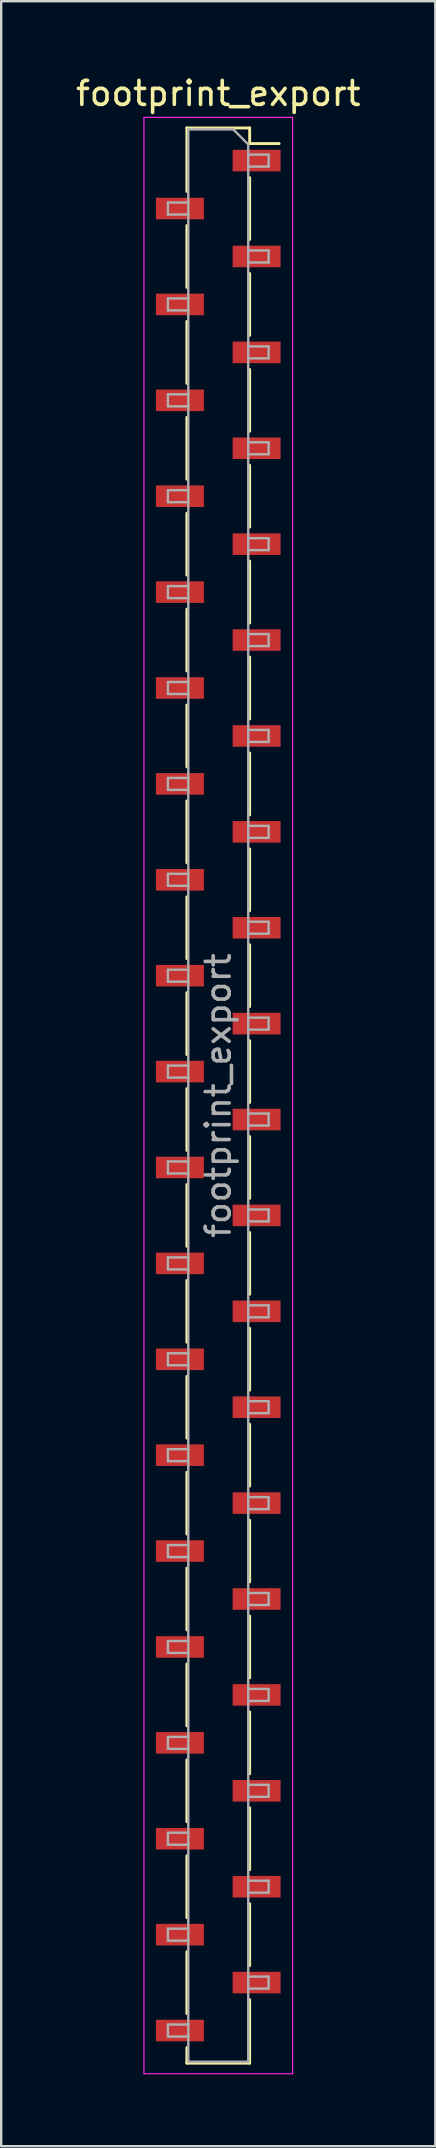
<source format=kicad_pcb>
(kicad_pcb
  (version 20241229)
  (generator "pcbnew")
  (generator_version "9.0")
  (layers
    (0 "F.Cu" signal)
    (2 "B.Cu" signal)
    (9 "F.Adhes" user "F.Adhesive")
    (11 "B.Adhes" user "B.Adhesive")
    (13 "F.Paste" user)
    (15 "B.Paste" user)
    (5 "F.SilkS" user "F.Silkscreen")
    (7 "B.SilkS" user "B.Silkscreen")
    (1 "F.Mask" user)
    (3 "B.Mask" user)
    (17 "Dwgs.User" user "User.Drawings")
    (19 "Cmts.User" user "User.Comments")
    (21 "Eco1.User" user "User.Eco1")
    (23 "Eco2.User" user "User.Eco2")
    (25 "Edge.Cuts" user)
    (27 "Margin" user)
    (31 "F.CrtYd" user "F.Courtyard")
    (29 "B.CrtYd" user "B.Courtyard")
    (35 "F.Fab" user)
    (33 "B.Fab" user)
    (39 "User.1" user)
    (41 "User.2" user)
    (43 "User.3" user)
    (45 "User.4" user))
  (footprint "footprint_export"
    (layer "F.Cu")
    (at 6.054 42.648)
    (property "Reference" "footprint_export" (at 0 -41.8 0) (layer "F.SilkS") (effects (font (size 1 1) (thickness 0.15))))
    (attr smd)
    (fp_line (start -1.31 -40.36) (end -1.31 -37.71) (stroke (width 0.12) (type solid)) (layer "F.SilkS"))
    (fp_line (start -1.31 -40.36) (end 1.31 -40.36) (stroke (width 0.12) (type solid)) (layer "F.SilkS"))
    (fp_line (start -1.31 -36.29) (end -1.31 -33.71) (stroke (width 0.12) (type solid)) (layer "F.SilkS"))
    (fp_line (start -1.31 -32.29) (end -1.31 -29.71) (stroke (width 0.12) (type solid)) (layer "F.SilkS"))
    (fp_line (start -1.31 -28.29) (end -1.31 -25.71) (stroke (width 0.12) (type solid)) (layer "F.SilkS"))
    (fp_line (start -1.31 -24.29) (end -1.31 -21.71) (stroke (width 0.12) (type solid)) (layer "F.SilkS"))
    (fp_line (start -1.31 -20.29) (end -1.31 -17.71) (stroke (width 0.12) (type solid)) (layer "F.SilkS"))
    (fp_line (start -1.31 -16.29) (end -1.31 -13.71) (stroke (width 0.12) (type solid)) (layer "F.SilkS"))
    (fp_line (start -1.31 -12.29) (end -1.31 -9.71) (stroke (width 0.12) (type solid)) (layer "F.SilkS"))
    (fp_line (start -1.31 -8.29) (end -1.31 -5.71) (stroke (width 0.12) (type solid)) (layer "F.SilkS"))
    (fp_line (start -1.31 -4.29) (end -1.31 -1.71) (stroke (width 0.12) (type solid)) (layer "F.SilkS"))
    (fp_line (start -1.31 -0.29) (end -1.31 2.29) (stroke (width 0.12) (type solid)) (layer "F.SilkS"))
    (fp_line (start -1.31 3.71) (end -1.31 6.29) (stroke (width 0.12) (type solid)) (layer "F.SilkS"))
    (fp_line (start -1.31 7.71) (end -1.31 10.29) (stroke (width 0.12) (type solid)) (layer "F.SilkS"))
    (fp_line (start -1.31 11.71) (end -1.31 14.29) (stroke (width 0.12) (type solid)) (layer "F.SilkS"))
    (fp_line (start -1.31 15.71) (end -1.31 18.29) (stroke (width 0.12) (type solid)) (layer "F.SilkS"))
    (fp_line (start -1.31 19.71) (end -1.31 22.29) (stroke (width 0.12) (type solid)) (layer "F.SilkS"))
    (fp_line (start -1.31 23.71) (end -1.31 26.29) (stroke (width 0.12) (type solid)) (layer "F.SilkS"))
    (fp_line (start -1.31 27.71) (end -1.31 30.29) (stroke (width 0.12) (type solid)) (layer "F.SilkS"))
    (fp_line (start -1.31 31.71) (end -1.31 34.29) (stroke (width 0.12) (type solid)) (layer "F.SilkS"))
    (fp_line (start -1.31 35.71) (end -1.31 38.29) (stroke (width 0.12) (type solid)) (layer "F.SilkS"))
    (fp_line (start -1.31 39.71) (end -1.31 40.36) (stroke (width 0.12) (type solid)) (layer "F.SilkS"))
    (fp_line (start -1.31 40.36) (end 1.31 40.36) (stroke (width 0.12) (type solid)) (layer "F.SilkS"))
    (fp_line (start 1.31 -40.36) (end 1.31 -39.71) (stroke (width 0.12) (type solid)) (layer "F.SilkS"))
    (fp_line (start 1.31 -39.71) (end 2.54 -39.71) (stroke (width 0.12) (type solid)) (layer "F.SilkS"))
    (fp_line (start 1.31 -38.29) (end 1.31 -35.71) (stroke (width 0.12) (type solid)) (layer "F.SilkS"))
    (fp_line (start 1.31 -34.29) (end 1.31 -31.71) (stroke (width 0.12) (type solid)) (layer "F.SilkS"))
    (fp_line (start 1.31 -30.29) (end 1.31 -27.71) (stroke (width 0.12) (type solid)) (layer "F.SilkS"))
    (fp_line (start 1.31 -26.29) (end 1.31 -23.71) (stroke (width 0.12) (type solid)) (layer "F.SilkS"))
    (fp_line (start 1.31 -22.29) (end 1.31 -19.71) (stroke (width 0.12) (type solid)) (layer "F.SilkS"))
    (fp_line (start 1.31 -18.29) (end 1.31 -15.71) (stroke (width 0.12) (type solid)) (layer "F.SilkS"))
    (fp_line (start 1.31 -14.29) (end 1.31 -11.71) (stroke (width 0.12) (type solid)) (layer "F.SilkS"))
    (fp_line (start 1.31 -10.29) (end 1.31 -7.71) (stroke (width 0.12) (type solid)) (layer "F.SilkS"))
    (fp_line (start 1.31 -6.29) (end 1.31 -3.71) (stroke (width 0.12) (type solid)) (layer "F.SilkS"))
    (fp_line (start 1.31 -2.29) (end 1.31 0.29) (stroke (width 0.12) (type solid)) (layer "F.SilkS"))
    (fp_line (start 1.31 1.71) (end 1.31 4.29) (stroke (width 0.12) (type solid)) (layer "F.SilkS"))
    (fp_line (start 1.31 5.71) (end 1.31 8.29) (stroke (width 0.12) (type solid)) (layer "F.SilkS"))
    (fp_line (start 1.31 9.71) (end 1.31 12.29) (stroke (width 0.12) (type solid)) (layer "F.SilkS"))
    (fp_line (start 1.31 13.71) (end 1.31 16.29) (stroke (width 0.12) (type solid)) (layer "F.SilkS"))
    (fp_line (start 1.31 17.71) (end 1.31 20.29) (stroke (width 0.12) (type solid)) (layer "F.SilkS"))
    (fp_line (start 1.31 21.71) (end 1.31 24.29) (stroke (width 0.12) (type solid)) (layer "F.SilkS"))
    (fp_line (start 1.31 25.71) (end 1.31 28.29) (stroke (width 0.12) (type solid)) (layer "F.SilkS"))
    (fp_line (start 1.31 29.71) (end 1.31 32.29) (stroke (width 0.12) (type solid)) (layer "F.SilkS"))
    (fp_line (start 1.31 33.71) (end 1.31 36.29) (stroke (width 0.12) (type solid)) (layer "F.SilkS"))
    (fp_line (start 1.31 37.71) (end 1.31 40.36) (stroke (width 0.12) (type solid)) (layer "F.SilkS"))
    (fp_line (start -3.1 -40.8) (end 3.1 -40.8) (stroke (width 0.05) (type solid)) (layer "F.CrtYd"))
    (fp_line (start -3.1 40.8) (end -3.1 -40.8) (stroke (width 0.05) (type solid)) (layer "F.CrtYd"))
    (fp_line (start 3.1 -40.8) (end 3.1 40.8) (stroke (width 0.05) (type solid)) (layer "F.CrtYd"))
    (fp_line (start 3.1 40.8) (end -3.1 40.8) (stroke (width 0.05) (type solid)) (layer "F.CrtYd"))
    (fp_line (start -2.1 -37.25) (end -1.25 -37.25) (stroke (width 0.1) (type solid)) (layer "F.Fab"))
    (fp_line (start -2.1 -36.75) (end -2.1 -37.25) (stroke (width 0.1) (type solid)) (layer "F.Fab"))
    (fp_line (start -2.1 -33.25) (end -1.25 -33.25) (stroke (width 0.1) (type solid)) (layer "F.Fab"))
    (fp_line (start -2.1 -32.75) (end -2.1 -33.25) (stroke (width 0.1) (type solid)) (layer "F.Fab"))
    (fp_line (start -2.1 -29.25) (end -1.25 -29.25) (stroke (width 0.1) (type solid)) (layer "F.Fab"))
    (fp_line (start -2.1 -28.75) (end -2.1 -29.25) (stroke (width 0.1) (type solid)) (layer "F.Fab"))
    (fp_line (start -2.1 -25.25) (end -1.25 -25.25) (stroke (width 0.1) (type solid)) (layer "F.Fab"))
    (fp_line (start -2.1 -24.75) (end -2.1 -25.25) (stroke (width 0.1) (type solid)) (layer "F.Fab"))
    (fp_line (start -2.1 -21.25) (end -1.25 -21.25) (stroke (width 0.1) (type solid)) (layer "F.Fab"))
    (fp_line (start -2.1 -20.75) (end -2.1 -21.25) (stroke (width 0.1) (type solid)) (layer "F.Fab"))
    (fp_line (start -2.1 -17.25) (end -1.25 -17.25) (stroke (width 0.1) (type solid)) (layer "F.Fab"))
    (fp_line (start -2.1 -16.75) (end -2.1 -17.25) (stroke (width 0.1) (type solid)) (layer "F.Fab"))
    (fp_line (start -2.1 -13.25) (end -1.25 -13.25) (stroke (width 0.1) (type solid)) (layer "F.Fab"))
    (fp_line (start -2.1 -12.75) (end -2.1 -13.25) (stroke (width 0.1) (type solid)) (layer "F.Fab"))
    (fp_line (start -2.1 -9.25) (end -1.25 -9.25) (stroke (width 0.1) (type solid)) (layer "F.Fab"))
    (fp_line (start -2.1 -8.75) (end -2.1 -9.25) (stroke (width 0.1) (type solid)) (layer "F.Fab"))
    (fp_line (start -2.1 -5.25) (end -1.25 -5.25) (stroke (width 0.1) (type solid)) (layer "F.Fab"))
    (fp_line (start -2.1 -4.75) (end -2.1 -5.25) (stroke (width 0.1) (type solid)) (layer "F.Fab"))
    (fp_line (start -2.1 -1.25) (end -1.25 -1.25) (stroke (width 0.1) (type solid)) (layer "F.Fab"))
    (fp_line (start -2.1 -0.75) (end -2.1 -1.25) (stroke (width 0.1) (type solid)) (layer "F.Fab"))
    (fp_line (start -2.1 2.75) (end -1.25 2.75) (stroke (width 0.1) (type solid)) (layer "F.Fab"))
    (fp_line (start -2.1 3.25) (end -2.1 2.75) (stroke (width 0.1) (type solid)) (layer "F.Fab"))
    (fp_line (start -2.1 6.75) (end -1.25 6.75) (stroke (width 0.1) (type solid)) (layer "F.Fab"))
    (fp_line (start -2.1 7.25) (end -2.1 6.75) (stroke (width 0.1) (type solid)) (layer "F.Fab"))
    (fp_line (start -2.1 10.75) (end -1.25 10.75) (stroke (width 0.1) (type solid)) (layer "F.Fab"))
    (fp_line (start -2.1 11.25) (end -2.1 10.75) (stroke (width 0.1) (type solid)) (layer "F.Fab"))
    (fp_line (start -2.1 14.75) (end -1.25 14.75) (stroke (width 0.1) (type solid)) (layer "F.Fab"))
    (fp_line (start -2.1 15.25) (end -2.1 14.75) (stroke (width 0.1) (type solid)) (layer "F.Fab"))
    (fp_line (start -2.1 18.75) (end -1.25 18.75) (stroke (width 0.1) (type solid)) (layer "F.Fab"))
    (fp_line (start -2.1 19.25) (end -2.1 18.75) (stroke (width 0.1) (type solid)) (layer "F.Fab"))
    (fp_line (start -2.1 22.75) (end -1.25 22.75) (stroke (width 0.1) (type solid)) (layer "F.Fab"))
    (fp_line (start -2.1 23.25) (end -2.1 22.75) (stroke (width 0.1) (type solid)) (layer "F.Fab"))
    (fp_line (start -2.1 26.75) (end -1.25 26.75) (stroke (width 0.1) (type solid)) (layer "F.Fab"))
    (fp_line (start -2.1 27.25) (end -2.1 26.75) (stroke (width 0.1) (type solid)) (layer "F.Fab"))
    (fp_line (start -2.1 30.75) (end -1.25 30.75) (stroke (width 0.1) (type solid)) (layer "F.Fab"))
    (fp_line (start -2.1 31.25) (end -2.1 30.75) (stroke (width 0.1) (type solid)) (layer "F.Fab"))
    (fp_line (start -2.1 34.75) (end -1.25 34.75) (stroke (width 0.1) (type solid)) (layer "F.Fab"))
    (fp_line (start -2.1 35.25) (end -2.1 34.75) (stroke (width 0.1) (type solid)) (layer "F.Fab"))
    (fp_line (start -2.1 38.75) (end -1.25 38.75) (stroke (width 0.1) (type solid)) (layer "F.Fab"))
    (fp_line (start -2.1 39.25) (end -2.1 38.75) (stroke (width 0.1) (type solid)) (layer "F.Fab"))
    (fp_line (start -1.25 -40.3) (end 0.625 -40.3) (stroke (width 0.1) (type solid)) (layer "F.Fab"))
    (fp_line (start -1.25 -36.75) (end -2.1 -36.75) (stroke (width 0.1) (type solid)) (layer "F.Fab"))
    (fp_line (start -1.25 -32.75) (end -2.1 -32.75) (stroke (width 0.1) (type solid)) (layer "F.Fab"))
    (fp_line (start -1.25 -28.75) (end -2.1 -28.75) (stroke (width 0.1) (type solid)) (layer "F.Fab"))
    (fp_line (start -1.25 -24.75) (end -2.1 -24.75) (stroke (width 0.1) (type solid)) (layer "F.Fab"))
    (fp_line (start -1.25 -20.75) (end -2.1 -20.75) (stroke (width 0.1) (type solid)) (layer "F.Fab"))
    (fp_line (start -1.25 -16.75) (end -2.1 -16.75) (stroke (width 0.1) (type solid)) (layer "F.Fab"))
    (fp_line (start -1.25 -12.75) (end -2.1 -12.75) (stroke (width 0.1) (type solid)) (layer "F.Fab"))
    (fp_line (start -1.25 -8.75) (end -2.1 -8.75) (stroke (width 0.1) (type solid)) (layer "F.Fab"))
    (fp_line (start -1.25 -4.75) (end -2.1 -4.75) (stroke (width 0.1) (type solid)) (layer "F.Fab"))
    (fp_line (start -1.25 -0.75) (end -2.1 -0.75) (stroke (width 0.1) (type solid)) (layer "F.Fab"))
    (fp_line (start -1.25 3.25) (end -2.1 3.25) (stroke (width 0.1) (type solid)) (layer "F.Fab"))
    (fp_line (start -1.25 7.25) (end -2.1 7.25) (stroke (width 0.1) (type solid)) (layer "F.Fab"))
    (fp_line (start -1.25 11.25) (end -2.1 11.25) (stroke (width 0.1) (type solid)) (layer "F.Fab"))
    (fp_line (start -1.25 15.25) (end -2.1 15.25) (stroke (width 0.1) (type solid)) (layer "F.Fab"))
    (fp_line (start -1.25 19.25) (end -2.1 19.25) (stroke (width 0.1) (type solid)) (layer "F.Fab"))
    (fp_line (start -1.25 23.25) (end -2.1 23.25) (stroke (width 0.1) (type solid)) (layer "F.Fab"))
    (fp_line (start -1.25 27.25) (end -2.1 27.25) (stroke (width 0.1) (type solid)) (layer "F.Fab"))
    (fp_line (start -1.25 31.25) (end -2.1 31.25) (stroke (width 0.1) (type solid)) (layer "F.Fab"))
    (fp_line (start -1.25 35.25) (end -2.1 35.25) (stroke (width 0.1) (type solid)) (layer "F.Fab"))
    (fp_line (start -1.25 39.25) (end -2.1 39.25) (stroke (width 0.1) (type solid)) (layer "F.Fab"))
    (fp_line (start -1.25 40.3) (end -1.25 -40.3) (stroke (width 0.1) (type solid)) (layer "F.Fab"))
    (fp_line (start 0.625 -40.3) (end 1.25 -39.675) (stroke (width 0.1) (type solid)) (layer "F.Fab"))
    (fp_line (start 1.25 -39.675) (end 1.25 40.3) (stroke (width 0.1) (type solid)) (layer "F.Fab"))
    (fp_line (start 1.25 -39.25) (end 2.1 -39.25) (stroke (width 0.1) (type solid)) (layer "F.Fab"))
    (fp_line (start 1.25 -35.25) (end 2.1 -35.25) (stroke (width 0.1) (type solid)) (layer "F.Fab"))
    (fp_line (start 1.25 -31.25) (end 2.1 -31.25) (stroke (width 0.1) (type solid)) (layer "F.Fab"))
    (fp_line (start 1.25 -27.25) (end 2.1 -27.25) (stroke (width 0.1) (type solid)) (layer "F.Fab"))
    (fp_line (start 1.25 -23.25) (end 2.1 -23.25) (stroke (width 0.1) (type solid)) (layer "F.Fab"))
    (fp_line (start 1.25 -19.25) (end 2.1 -19.25) (stroke (width 0.1) (type solid)) (layer "F.Fab"))
    (fp_line (start 1.25 -15.25) (end 2.1 -15.25) (stroke (width 0.1) (type solid)) (layer "F.Fab"))
    (fp_line (start 1.25 -11.25) (end 2.1 -11.25) (stroke (width 0.1) (type solid)) (layer "F.Fab"))
    (fp_line (start 1.25 -7.25) (end 2.1 -7.25) (stroke (width 0.1) (type solid)) (layer "F.Fab"))
    (fp_line (start 1.25 -3.25) (end 2.1 -3.25) (stroke (width 0.1) (type solid)) (layer "F.Fab"))
    (fp_line (start 1.25 0.75) (end 2.1 0.75) (stroke (width 0.1) (type solid)) (layer "F.Fab"))
    (fp_line (start 1.25 4.75) (end 2.1 4.75) (stroke (width 0.1) (type solid)) (layer "F.Fab"))
    (fp_line (start 1.25 8.75) (end 2.1 8.75) (stroke (width 0.1) (type solid)) (layer "F.Fab"))
    (fp_line (start 1.25 12.75) (end 2.1 12.75) (stroke (width 0.1) (type solid)) (layer "F.Fab"))
    (fp_line (start 1.25 16.75) (end 2.1 16.75) (stroke (width 0.1) (type solid)) (layer "F.Fab"))
    (fp_line (start 1.25 20.75) (end 2.1 20.75) (stroke (width 0.1) (type solid)) (layer "F.Fab"))
    (fp_line (start 1.25 24.75) (end 2.1 24.75) (stroke (width 0.1) (type solid)) (layer "F.Fab"))
    (fp_line (start 1.25 28.75) (end 2.1 28.75) (stroke (width 0.1) (type solid)) (layer "F.Fab"))
    (fp_line (start 1.25 32.75) (end 2.1 32.75) (stroke (width 0.1) (type solid)) (layer "F.Fab"))
    (fp_line (start 1.25 36.75) (end 2.1 36.75) (stroke (width 0.1) (type solid)) (layer "F.Fab"))
    (fp_line (start 1.25 40.3) (end -1.25 40.3) (stroke (width 0.1) (type solid)) (layer "F.Fab"))
    (fp_line (start 2.1 -39.25) (end 2.1 -38.75) (stroke (width 0.1) (type solid)) (layer "F.Fab"))
    (fp_line (start 2.1 -38.75) (end 1.25 -38.75) (stroke (width 0.1) (type solid)) (layer "F.Fab"))
    (fp_line (start 2.1 -35.25) (end 2.1 -34.75) (stroke (width 0.1) (type solid)) (layer "F.Fab"))
    (fp_line (start 2.1 -34.75) (end 1.25 -34.75) (stroke (width 0.1) (type solid)) (layer "F.Fab"))
    (fp_line (start 2.1 -31.25) (end 2.1 -30.75) (stroke (width 0.1) (type solid)) (layer "F.Fab"))
    (fp_line (start 2.1 -30.75) (end 1.25 -30.75) (stroke (width 0.1) (type solid)) (layer "F.Fab"))
    (fp_line (start 2.1 -27.25) (end 2.1 -26.75) (stroke (width 0.1) (type solid)) (layer "F.Fab"))
    (fp_line (start 2.1 -26.75) (end 1.25 -26.75) (stroke (width 0.1) (type solid)) (layer "F.Fab"))
    (fp_line (start 2.1 -23.25) (end 2.1 -22.75) (stroke (width 0.1) (type solid)) (layer "F.Fab"))
    (fp_line (start 2.1 -22.75) (end 1.25 -22.75) (stroke (width 0.1) (type solid)) (layer "F.Fab"))
    (fp_line (start 2.1 -19.25) (end 2.1 -18.75) (stroke (width 0.1) (type solid)) (layer "F.Fab"))
    (fp_line (start 2.1 -18.75) (end 1.25 -18.75) (stroke (width 0.1) (type solid)) (layer "F.Fab"))
    (fp_line (start 2.1 -15.25) (end 2.1 -14.75) (stroke (width 0.1) (type solid)) (layer "F.Fab"))
    (fp_line (start 2.1 -14.75) (end 1.25 -14.75) (stroke (width 0.1) (type solid)) (layer "F.Fab"))
    (fp_line (start 2.1 -11.25) (end 2.1 -10.75) (stroke (width 0.1) (type solid)) (layer "F.Fab"))
    (fp_line (start 2.1 -10.75) (end 1.25 -10.75) (stroke (width 0.1) (type solid)) (layer "F.Fab"))
    (fp_line (start 2.1 -7.25) (end 2.1 -6.75) (stroke (width 0.1) (type solid)) (layer "F.Fab"))
    (fp_line (start 2.1 -6.75) (end 1.25 -6.75) (stroke (width 0.1) (type solid)) (layer "F.Fab"))
    (fp_line (start 2.1 -3.25) (end 2.1 -2.75) (stroke (width 0.1) (type solid)) (layer "F.Fab"))
    (fp_line (start 2.1 -2.75) (end 1.25 -2.75) (stroke (width 0.1) (type solid)) (layer "F.Fab"))
    (fp_line (start 2.1 0.75) (end 2.1 1.25) (stroke (width 0.1) (type solid)) (layer "F.Fab"))
    (fp_line (start 2.1 1.25) (end 1.25 1.25) (stroke (width 0.1) (type solid)) (layer "F.Fab"))
    (fp_line (start 2.1 4.75) (end 2.1 5.25) (stroke (width 0.1) (type solid)) (layer "F.Fab"))
    (fp_line (start 2.1 5.25) (end 1.25 5.25) (stroke (width 0.1) (type solid)) (layer "F.Fab"))
    (fp_line (start 2.1 8.75) (end 2.1 9.25) (stroke (width 0.1) (type solid)) (layer "F.Fab"))
    (fp_line (start 2.1 9.25) (end 1.25 9.25) (stroke (width 0.1) (type solid)) (layer "F.Fab"))
    (fp_line (start 2.1 12.75) (end 2.1 13.25) (stroke (width 0.1) (type solid)) (layer "F.Fab"))
    (fp_line (start 2.1 13.25) (end 1.25 13.25) (stroke (width 0.1) (type solid)) (layer "F.Fab"))
    (fp_line (start 2.1 16.75) (end 2.1 17.25) (stroke (width 0.1) (type solid)) (layer "F.Fab"))
    (fp_line (start 2.1 17.25) (end 1.25 17.25) (stroke (width 0.1) (type solid)) (layer "F.Fab"))
    (fp_line (start 2.1 20.75) (end 2.1 21.25) (stroke (width 0.1) (type solid)) (layer "F.Fab"))
    (fp_line (start 2.1 21.25) (end 1.25 21.25) (stroke (width 0.1) (type solid)) (layer "F.Fab"))
    (fp_line (start 2.1 24.75) (end 2.1 25.25) (stroke (width 0.1) (type solid)) (layer "F.Fab"))
    (fp_line (start 2.1 25.25) (end 1.25 25.25) (stroke (width 0.1) (type solid)) (layer "F.Fab"))
    (fp_line (start 2.1 28.75) (end 2.1 29.25) (stroke (width 0.1) (type solid)) (layer "F.Fab"))
    (fp_line (start 2.1 29.25) (end 1.25 29.25) (stroke (width 0.1) (type solid)) (layer "F.Fab"))
    (fp_line (start 2.1 32.75) (end 2.1 33.25) (stroke (width 0.1) (type solid)) (layer "F.Fab"))
    (fp_line (start 2.1 33.25) (end 1.25 33.25) (stroke (width 0.1) (type solid)) (layer "F.Fab"))
    (fp_line (start 2.1 36.75) (end 2.1 37.25) (stroke (width 0.1) (type solid)) (layer "F.Fab"))
    (fp_line (start 2.1 37.25) (end 1.25 37.25) (stroke (width 0.1) (type solid)) (layer "F.Fab"))
    (fp_text user "${REFERENCE}" (at 0 0 90) (layer "F.Fab") (effects (font (size 1 1) (thickness 0.15))))
    (pad "1" smd rect (at 1.6 -39) (size 2 0.9) (layers "F.Cu" "F.Mask" "F.Paste"))
    (pad "2" smd rect (at -1.6 -37) (size 2 0.9) (layers "F.Cu" "F.Mask" "F.Paste"))
    (pad "3" smd rect (at 1.6 -35) (size 2 0.9) (layers "F.Cu" "F.Mask" "F.Paste"))
    (pad "4" smd rect (at -1.6 -33) (size 2 0.9) (layers "F.Cu" "F.Mask" "F.Paste"))
    (pad "5" smd rect (at 1.6 -31) (size 2 0.9) (layers "F.Cu" "F.Mask" "F.Paste"))
    (pad "6" smd rect (at -1.6 -29) (size 2 0.9) (layers "F.Cu" "F.Mask" "F.Paste"))
    (pad "7" smd rect (at 1.6 -27) (size 2 0.9) (layers "F.Cu" "F.Mask" "F.Paste"))
    (pad "8" smd rect (at -1.6 -25) (size 2 0.9) (layers "F.Cu" "F.Mask" "F.Paste"))
    (pad "9" smd rect (at 1.6 -23) (size 2 0.9) (layers "F.Cu" "F.Mask" "F.Paste"))
    (pad "10" smd rect (at -1.6 -21) (size 2 0.9) (layers "F.Cu" "F.Mask" "F.Paste"))
    (pad "11" smd rect (at 1.6 -19) (size 2 0.9) (layers "F.Cu" "F.Mask" "F.Paste"))
    (pad "12" smd rect (at -1.6 -17) (size 2 0.9) (layers "F.Cu" "F.Mask" "F.Paste"))
    (pad "13" smd rect (at 1.6 -15) (size 2 0.9) (layers "F.Cu" "F.Mask" "F.Paste"))
    (pad "14" smd rect (at -1.6 -13) (size 2 0.9) (layers "F.Cu" "F.Mask" "F.Paste"))
    (pad "15" smd rect (at 1.6 -11) (size 2 0.9) (layers "F.Cu" "F.Mask" "F.Paste"))
    (pad "16" smd rect (at -1.6 -9) (size 2 0.9) (layers "F.Cu" "F.Mask" "F.Paste"))
    (pad "17" smd rect (at 1.6 -7) (size 2 0.9) (layers "F.Cu" "F.Mask" "F.Paste"))
    (pad "18" smd rect (at -1.6 -5) (size 2 0.9) (layers "F.Cu" "F.Mask" "F.Paste"))
    (pad "19" smd rect (at 1.6 -3) (size 2 0.9) (layers "F.Cu" "F.Mask" "F.Paste"))
    (pad "20" smd rect (at -1.6 -1) (size 2 0.9) (layers "F.Cu" "F.Mask" "F.Paste"))
    (pad "21" smd rect (at 1.6 1) (size 2 0.9) (layers "F.Cu" "F.Mask" "F.Paste"))
    (pad "22" smd rect (at -1.6 3) (size 2 0.9) (layers "F.Cu" "F.Mask" "F.Paste"))
    (pad "23" smd rect (at 1.6 5) (size 2 0.9) (layers "F.Cu" "F.Mask" "F.Paste"))
    (pad "24" smd rect (at -1.6 7) (size 2 0.9) (layers "F.Cu" "F.Mask" "F.Paste"))
    (pad "25" smd rect (at 1.6 9) (size 2 0.9) (layers "F.Cu" "F.Mask" "F.Paste"))
    (pad "26" smd rect (at -1.6 11) (size 2 0.9) (layers "F.Cu" "F.Mask" "F.Paste"))
    (pad "27" smd rect (at 1.6 13) (size 2 0.9) (layers "F.Cu" "F.Mask" "F.Paste"))
    (pad "28" smd rect (at -1.6 15) (size 2 0.9) (layers "F.Cu" "F.Mask" "F.Paste"))
    (pad "29" smd rect (at 1.6 17) (size 2 0.9) (layers "F.Cu" "F.Mask" "F.Paste"))
    (pad "30" smd rect (at -1.6 19) (size 2 0.9) (layers "F.Cu" "F.Mask" "F.Paste"))
    (pad "31" smd rect (at 1.6 21) (size 2 0.9) (layers "F.Cu" "F.Mask" "F.Paste"))
    (pad "32" smd rect (at -1.6 23) (size 2 0.9) (layers "F.Cu" "F.Mask" "F.Paste"))
    (pad "33" smd rect (at 1.6 25) (size 2 0.9) (layers "F.Cu" "F.Mask" "F.Paste"))
    (pad "34" smd rect (at -1.6 27) (size 2 0.9) (layers "F.Cu" "F.Mask" "F.Paste"))
    (pad "35" smd rect (at 1.6 29) (size 2 0.9) (layers "F.Cu" "F.Mask" "F.Paste"))
    (pad "36" smd rect (at -1.6 31) (size 2 0.9) (layers "F.Cu" "F.Mask" "F.Paste"))
    (pad "37" smd rect (at 1.6 33) (size 2 0.9) (layers "F.Cu" "F.Mask" "F.Paste"))
    (pad "38" smd rect (at -1.6 35) (size 2 0.9) (layers "F.Cu" "F.Mask" "F.Paste"))
    (pad "39" smd rect (at 1.6 37) (size 2 0.9) (layers "F.Cu" "F.Mask" "F.Paste"))
    (pad "40" smd rect (at -1.6 39) (size 2 0.9) (layers "F.Cu" "F.Mask" "F.Paste")))
  (gr_rect
    (start -3 -3)
    (end 15.107 86.473)
    (stroke (width 0.1) (type default))
    (fill no)
    (layer "Edge.Cuts")))
</source>
